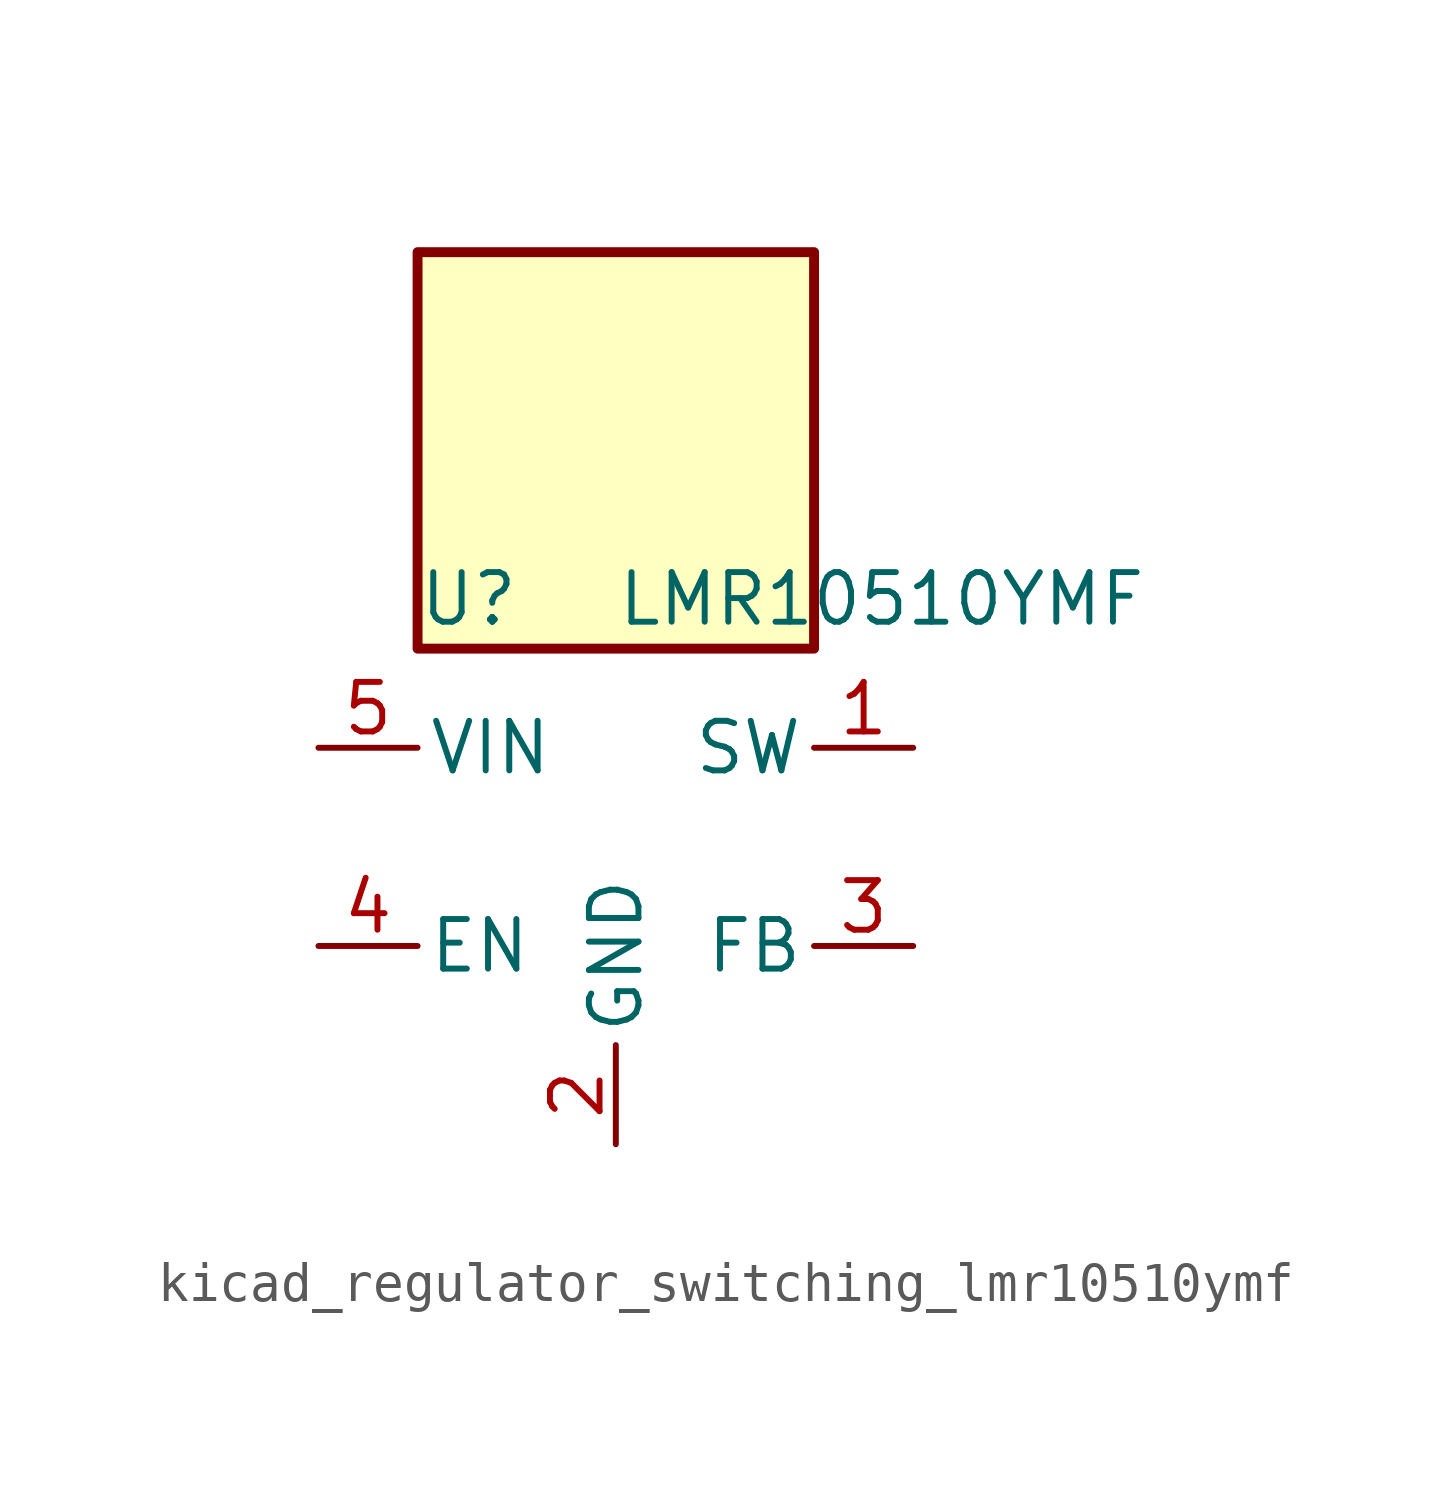
<source format=kicad_sym>
(kicad_symbol_lib
  (version 20220914)
  (generator kicad_symbol_editor)
  (symbol "kicad_regulator_switching_lmr10510ymf"
    (pin_names
      (offset 0.254))
    (property "Reference" "U"
      (at -5.08 6.35 0)
      (effects (font (size 1.27 1.27)) (justify left)))
    (property "Value" "LMR10510YMF"
      (at 0 6.35 0)
      (effects (font (size 1.27 1.27)) (justify left)))
    (symbol "kicad_regulator_switching_lmr10510ymf_0_1"
      (rectangle (start 5.08 15.24) (end -5.08 5.08) (stroke (width 0.254) (type default)) (fill (type background))))
    (symbol "kicad_regulator_switching_lmr10510ymf_1_1"
      (pin output line (at 7.62 2.54 180) (length 2.54) (name "SW" (effects (font (size 1.27 1.27)))) (number "1" (effects (font (size 1.27 1.27)))))
      (pin power_in line (at 0 -7.62 90) (length 2.54) (name "GND" (effects (font (size 1.27 1.27)))) (number "2" (effects (font (size 1.27 1.27)))))
      (pin input line (at 7.62 -2.54 180) (length 2.54) (name "FB" (effects (font (size 1.27 1.27)))) (number "3" (effects (font (size 1.27 1.27)))))
      (pin input line (at -7.62 -2.54 0) (length 2.54) (name "EN" (effects (font (size 1.27 1.27)))) (number "4" (effects (font (size 1.27 1.27)))))
      (pin input line (at -7.62 2.54 0) (length 2.54) (name "VIN" (effects (font (size 1.27 1.27)))) (number "5" (effects (font (size 1.27 1.27))))))))
</source>
